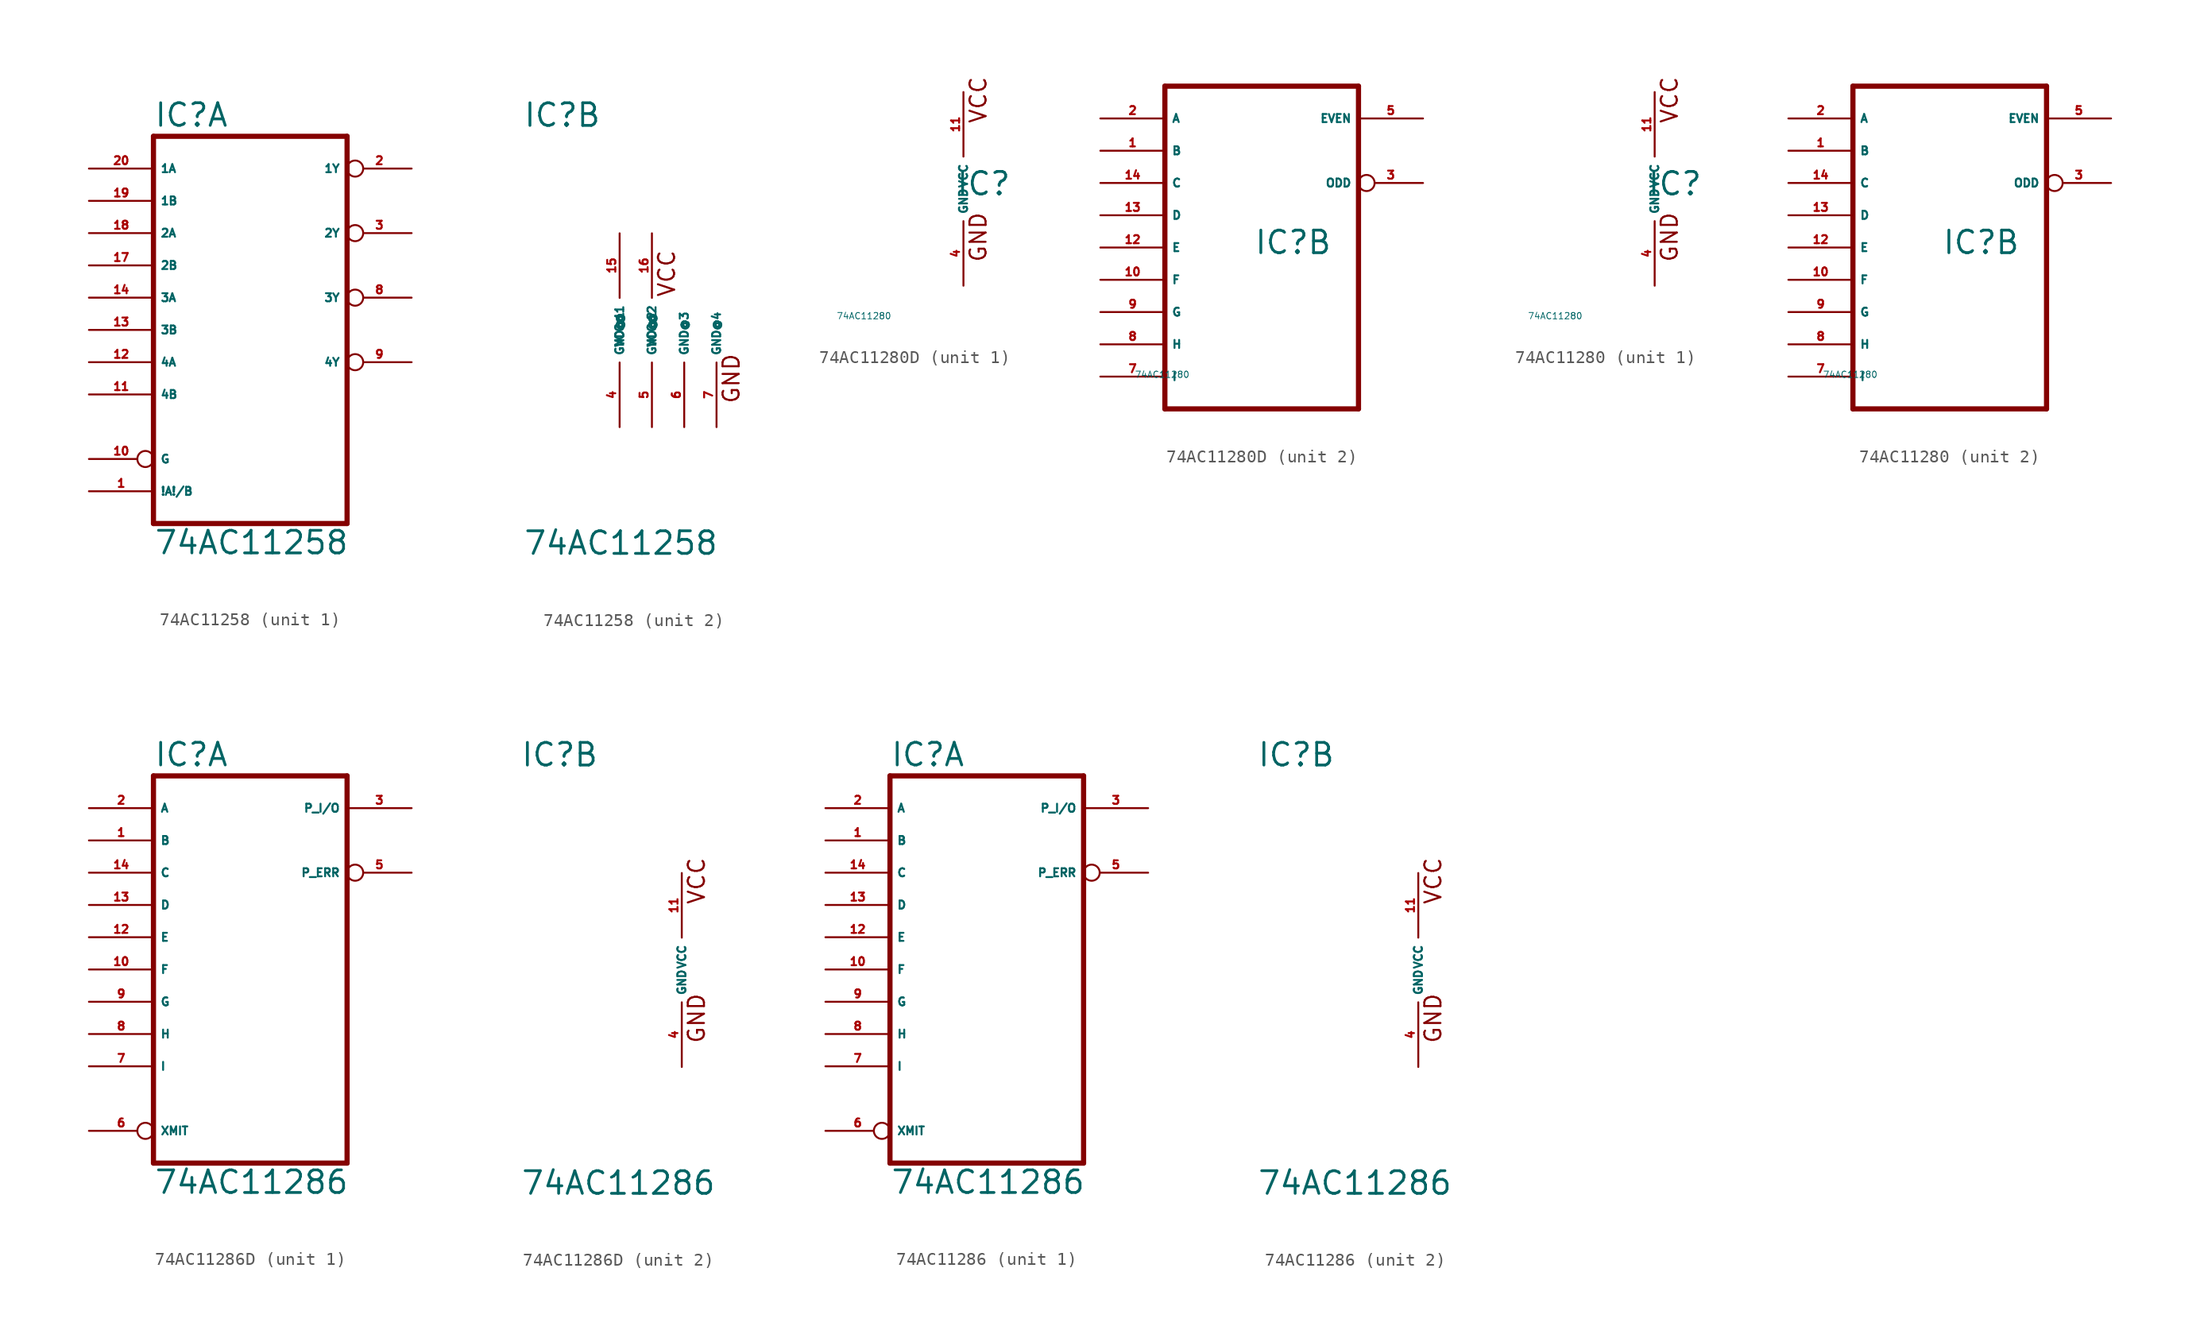
<source format=kicad_sym>
(kicad_symbol_lib
  (version 20220914)
  (generator Eagle2Kicad)
  (symbol "74AC11258"
    (property "Reference" "IC"
      (at -7.62 15.875 0)
      (effects (font (size 1.778 1.778) (thickness 0.22)) (justify left bottom)))
    (property "Value" "74AC11258"
      (at -7.62 -17.78 0)
      (effects (font (size 1.778 1.778) (thickness 0.22)) (justify left bottom)))
    (symbol "74AC11258_1_0"
      (polyline (pts (xy -7.62 -15.24) (xy 7.62 -15.24)) (stroke (width 0.406) (type default)) (fill (type none)))
      (polyline (pts (xy 7.62 -15.24) (xy 7.62 15.24)) (stroke (width 0.406) (type default)) (fill (type none)))
      (polyline (pts (xy 7.62 15.24) (xy -7.62 15.24)) (stroke (width 0.406) (type default)) (fill (type none)))
      (polyline (pts (xy -7.62 15.24) (xy -7.62 -15.24)) (stroke (width 0.406) (type default)) (fill (type none)))
      (pin input line (at -12.7 -12.7 0) (length 5.08) (name "!A!/B" (effects (font (size 0.635 0.635) (thickness 0.08)) (justify left bottom))) (number "1" (effects (font (size 0.635 0.635) (thickness 0.08)) (justify left bottom))))
      (pin tri_state inverted (at 12.7 12.7 180) (length 5.08) (name "1Y" (effects (font (size 0.635 0.635) (thickness 0.08)) (justify left bottom))) (number "2" (effects (font (size 0.635 0.635) (thickness 0.08)) (justify left bottom))))
      (pin tri_state inverted (at 12.7 7.62 180) (length 5.08) (name "2Y" (effects (font (size 0.635 0.635) (thickness 0.08)) (justify left bottom))) (number "3" (effects (font (size 0.635 0.635) (thickness 0.08)) (justify left bottom))))
      (pin tri_state inverted (at 12.7 2.54 180) (length 5.08) (name "3Y" (effects (font (size 0.635 0.635) (thickness 0.08)) (justify left bottom))) (number "8" (effects (font (size 0.635 0.635) (thickness 0.08)) (justify left bottom))))
      (pin tri_state inverted (at 12.7 -2.54 180) (length 5.08) (name "4Y" (effects (font (size 0.635 0.635) (thickness 0.08)) (justify left bottom))) (number "9" (effects (font (size 0.635 0.635) (thickness 0.08)) (justify left bottom))))
      (pin input inverted (at -12.7 -10.16 0) (length 5.08) (name "G" (effects (font (size 0.635 0.635) (thickness 0.08)) (justify left bottom))) (number "10" (effects (font (size 0.635 0.635) (thickness 0.08)) (justify left bottom))))
      (pin input line (at -12.7 -5.08 0) (length 5.08) (name "4B" (effects (font (size 0.635 0.635) (thickness 0.08)) (justify left bottom))) (number "11" (effects (font (size 0.635 0.635) (thickness 0.08)) (justify left bottom))))
      (pin input line (at -12.7 -2.54 0) (length 5.08) (name "4A" (effects (font (size 0.635 0.635) (thickness 0.08)) (justify left bottom))) (number "12" (effects (font (size 0.635 0.635) (thickness 0.08)) (justify left bottom))))
      (pin input line (at -12.7 0 0) (length 5.08) (name "3B" (effects (font (size 0.635 0.635) (thickness 0.08)) (justify left bottom))) (number "13" (effects (font (size 0.635 0.635) (thickness 0.08)) (justify left bottom))))
      (pin input line (at -12.7 2.54 0) (length 5.08) (name "3A" (effects (font (size 0.635 0.635) (thickness 0.08)) (justify left bottom))) (number "14" (effects (font (size 0.635 0.635) (thickness 0.08)) (justify left bottom))))
      (pin input line (at -12.7 5.08 0) (length 5.08) (name "2B" (effects (font (size 0.635 0.635) (thickness 0.08)) (justify left bottom))) (number "17" (effects (font (size 0.635 0.635) (thickness 0.08)) (justify left bottom))))
      (pin input line (at -12.7 7.62 0) (length 5.08) (name "2A" (effects (font (size 0.635 0.635) (thickness 0.08)) (justify left bottom))) (number "18" (effects (font (size 0.635 0.635) (thickness 0.08)) (justify left bottom))))
      (pin input line (at -12.7 10.16 0) (length 5.08) (name "1B" (effects (font (size 0.635 0.635) (thickness 0.08)) (justify left bottom))) (number "19" (effects (font (size 0.635 0.635) (thickness 0.08)) (justify left bottom))))
      (pin input line (at -12.7 12.7 0) (length 5.08) (name "1A" (effects (font (size 0.635 0.635) (thickness 0.08)) (justify left bottom))) (number "20" (effects (font (size 0.635 0.635) (thickness 0.08)) (justify left bottom)))))
    (symbol "74AC11258_2_0"
      (text "VCC" (at 4.445 2.54 900) (effects (font (size 1.27 1.27) (thickness 0.16)) (justify left bottom)))
      (text "GND" (at 9.525 -5.842 900) (effects (font (size 1.27 1.27) (thickness 0.16)) (justify left bottom)))
      (pin unspecified line (at 0 -7.62 90) (length 5.08) (name "GND@1" (effects (font (size 0.635 0.635) (thickness 0.08)) (justify left bottom))) (number "4" (effects (font (size 0.635 0.635) (thickness 0.08)) (justify left bottom))))
      (pin unspecified line (at 2.54 -7.62 90) (length 5.08) (name "GND@2" (effects (font (size 0.635 0.635) (thickness 0.08)) (justify left bottom))) (number "5" (effects (font (size 0.635 0.635) (thickness 0.08)) (justify left bottom))))
      (pin unspecified line (at 5.08 -7.62 90) (length 5.08) (name "GND@3" (effects (font (size 0.635 0.635) (thickness 0.08)) (justify left bottom))) (number "6" (effects (font (size 0.635 0.635) (thickness 0.08)) (justify left bottom))))
      (pin unspecified line (at 7.62 -7.62 90) (length 5.08) (name "GND@4" (effects (font (size 0.635 0.635) (thickness 0.08)) (justify left bottom))) (number "7" (effects (font (size 0.635 0.635) (thickness 0.08)) (justify left bottom))))
      (pin unspecified line (at 0 7.62 270) (length 5.08) (name "VCC@1" (effects (font (size 0.635 0.635) (thickness 0.08)) (justify left bottom))) (number "15" (effects (font (size 0.635 0.635) (thickness 0.08)) (justify left bottom))))
      (pin unspecified line (at 2.54 7.62 270) (length 5.08) (name "VCC@2" (effects (font (size 0.635 0.635) (thickness 0.08)) (justify left bottom))) (number "16" (effects (font (size 0.635 0.635) (thickness 0.08)) (justify left bottom))))))
  (symbol "74AC11280D"
    (property "Reference" "IC"
      (at -0.635 -0.635 0)
      (effects (font (size 1.778 1.778) (thickness 0.22)) (justify left bottom)))
    (property "Value" "74AC11280"
      (at -10 -10 0)
      (effects (font (size 0.5 0.5) (thickness 0.06)) (justify left)))
    (symbol "74AC11280D_1_0"
      (text "GND" (at 1.905 -5.842 900) (effects (font (size 1.27 1.27) (thickness 0.16)) (justify left bottom)))
      (text "VCC" (at 1.905 5.08 900) (effects (font (size 1.27 1.27) (thickness 0.16)) (justify left bottom)))
      (pin unspecified line (at 0 -7.62 90) (length 5.08) (name "GND" (effects (font (size 0.635 0.635) (thickness 0.08)) (justify left bottom))) (number "4" (effects (font (size 0.635 0.635) (thickness 0.08)) (justify left bottom))))
      (pin unspecified line (at 0 7.62 270) (length 5.08) (name "VCC" (effects (font (size 0.635 0.635) (thickness 0.08)) (justify left bottom))) (number "11" (effects (font (size 0.635 0.635) (thickness 0.08)) (justify left bottom)))))
    (symbol "74AC11280D_2_0"
      (polyline (pts (xy -7.62 -12.7) (xy 7.62 -12.7)) (stroke (width 0.406) (type default)) (fill (type none)))
      (polyline (pts (xy 7.62 -12.7) (xy 7.62 12.7)) (stroke (width 0.406) (type default)) (fill (type none)))
      (polyline (pts (xy 7.62 12.7) (xy -7.62 12.7)) (stroke (width 0.406) (type default)) (fill (type none)))
      (polyline (pts (xy -7.62 12.7) (xy -7.62 -12.7)) (stroke (width 0.406) (type default)) (fill (type none)))
      (pin input line (at -12.7 10.16 0) (length 5.08) (name "A" (effects (font (size 0.635 0.635) (thickness 0.08)) (justify left bottom))) (number "2" (effects (font (size 0.635 0.635) (thickness 0.08)) (justify left bottom))))
      (pin output inverted (at 12.7 5.08 180) (length 5.08) (name "ODD" (effects (font (size 0.635 0.635) (thickness 0.08)) (justify left bottom))) (number "3" (effects (font (size 0.635 0.635) (thickness 0.08)) (justify left bottom))))
      (pin output line (at 12.7 10.16 180) (length 5.08) (name "EVEN" (effects (font (size 0.635 0.635) (thickness 0.08)) (justify left bottom))) (number "5" (effects (font (size 0.635 0.635) (thickness 0.08)) (justify left bottom))))
      (pin input line (at -12.7 -10.16 0) (length 5.08) (name "I" (effects (font (size 0.635 0.635) (thickness 0.08)) (justify left bottom))) (number "7" (effects (font (size 0.635 0.635) (thickness 0.08)) (justify left bottom))))
      (pin input line (at -12.7 -7.62 0) (length 5.08) (name "H" (effects (font (size 0.635 0.635) (thickness 0.08)) (justify left bottom))) (number "8" (effects (font (size 0.635 0.635) (thickness 0.08)) (justify left bottom))))
      (pin input line (at -12.7 -5.08 0) (length 5.08) (name "G" (effects (font (size 0.635 0.635) (thickness 0.08)) (justify left bottom))) (number "9" (effects (font (size 0.635 0.635) (thickness 0.08)) (justify left bottom))))
      (pin input line (at -12.7 -2.54 0) (length 5.08) (name "F" (effects (font (size 0.635 0.635) (thickness 0.08)) (justify left bottom))) (number "10" (effects (font (size 0.635 0.635) (thickness 0.08)) (justify left bottom))))
      (pin input line (at -12.7 0 0) (length 5.08) (name "E" (effects (font (size 0.635 0.635) (thickness 0.08)) (justify left bottom))) (number "12" (effects (font (size 0.635 0.635) (thickness 0.08)) (justify left bottom))))
      (pin input line (at -12.7 2.54 0) (length 5.08) (name "D" (effects (font (size 0.635 0.635) (thickness 0.08)) (justify left bottom))) (number "13" (effects (font (size 0.635 0.635) (thickness 0.08)) (justify left bottom))))
      (pin input line (at -12.7 5.08 0) (length 5.08) (name "C" (effects (font (size 0.635 0.635) (thickness 0.08)) (justify left bottom))) (number "14" (effects (font (size 0.635 0.635) (thickness 0.08)) (justify left bottom))))
      (pin input line (at -12.7 7.62 0) (length 5.08) (name "B" (effects (font (size 0.635 0.635) (thickness 0.08)) (justify left bottom))) (number "1" (effects (font (size 0.635 0.635) (thickness 0.08)) (justify left bottom))))))
  (symbol "74AC11280"
    (property "Reference" "IC"
      (at -0.635 -0.635 0)
      (effects (font (size 1.778 1.778) (thickness 0.22)) (justify left bottom)))
    (property "Value" "74AC11280"
      (at -10 -10 0)
      (effects (font (size 0.5 0.5) (thickness 0.06)) (justify left)))
    (symbol "74AC11280_1_0"
      (text "GND" (at 1.905 -5.842 900) (effects (font (size 1.27 1.27) (thickness 0.16)) (justify left bottom)))
      (text "VCC" (at 1.905 5.08 900) (effects (font (size 1.27 1.27) (thickness 0.16)) (justify left bottom)))
      (pin unspecified line (at 0 -7.62 90) (length 5.08) (name "GND" (effects (font (size 0.635 0.635) (thickness 0.08)) (justify left bottom))) (number "4" (effects (font (size 0.635 0.635) (thickness 0.08)) (justify left bottom))))
      (pin unspecified line (at 0 7.62 270) (length 5.08) (name "VCC" (effects (font (size 0.635 0.635) (thickness 0.08)) (justify left bottom))) (number "11" (effects (font (size 0.635 0.635) (thickness 0.08)) (justify left bottom)))))
    (symbol "74AC11280_2_0"
      (polyline (pts (xy -7.62 -12.7) (xy 7.62 -12.7)) (stroke (width 0.406) (type default)) (fill (type none)))
      (polyline (pts (xy 7.62 -12.7) (xy 7.62 12.7)) (stroke (width 0.406) (type default)) (fill (type none)))
      (polyline (pts (xy 7.62 12.7) (xy -7.62 12.7)) (stroke (width 0.406) (type default)) (fill (type none)))
      (polyline (pts (xy -7.62 12.7) (xy -7.62 -12.7)) (stroke (width 0.406) (type default)) (fill (type none)))
      (pin input line (at -12.7 10.16 0) (length 5.08) (name "A" (effects (font (size 0.635 0.635) (thickness 0.08)) (justify left bottom))) (number "2" (effects (font (size 0.635 0.635) (thickness 0.08)) (justify left bottom))))
      (pin output inverted (at 12.7 5.08 180) (length 5.08) (name "ODD" (effects (font (size 0.635 0.635) (thickness 0.08)) (justify left bottom))) (number "3" (effects (font (size 0.635 0.635) (thickness 0.08)) (justify left bottom))))
      (pin output line (at 12.7 10.16 180) (length 5.08) (name "EVEN" (effects (font (size 0.635 0.635) (thickness 0.08)) (justify left bottom))) (number "5" (effects (font (size 0.635 0.635) (thickness 0.08)) (justify left bottom))))
      (pin input line (at -12.7 -10.16 0) (length 5.08) (name "I" (effects (font (size 0.635 0.635) (thickness 0.08)) (justify left bottom))) (number "7" (effects (font (size 0.635 0.635) (thickness 0.08)) (justify left bottom))))
      (pin input line (at -12.7 -7.62 0) (length 5.08) (name "H" (effects (font (size 0.635 0.635) (thickness 0.08)) (justify left bottom))) (number "8" (effects (font (size 0.635 0.635) (thickness 0.08)) (justify left bottom))))
      (pin input line (at -12.7 -5.08 0) (length 5.08) (name "G" (effects (font (size 0.635 0.635) (thickness 0.08)) (justify left bottom))) (number "9" (effects (font (size 0.635 0.635) (thickness 0.08)) (justify left bottom))))
      (pin input line (at -12.7 -2.54 0) (length 5.08) (name "F" (effects (font (size 0.635 0.635) (thickness 0.08)) (justify left bottom))) (number "10" (effects (font (size 0.635 0.635) (thickness 0.08)) (justify left bottom))))
      (pin input line (at -12.7 0 0) (length 5.08) (name "E" (effects (font (size 0.635 0.635) (thickness 0.08)) (justify left bottom))) (number "12" (effects (font (size 0.635 0.635) (thickness 0.08)) (justify left bottom))))
      (pin input line (at -12.7 2.54 0) (length 5.08) (name "D" (effects (font (size 0.635 0.635) (thickness 0.08)) (justify left bottom))) (number "13" (effects (font (size 0.635 0.635) (thickness 0.08)) (justify left bottom))))
      (pin input line (at -12.7 5.08 0) (length 5.08) (name "C" (effects (font (size 0.635 0.635) (thickness 0.08)) (justify left bottom))) (number "14" (effects (font (size 0.635 0.635) (thickness 0.08)) (justify left bottom))))
      (pin input line (at -12.7 7.62 0) (length 5.08) (name "B" (effects (font (size 0.635 0.635) (thickness 0.08)) (justify left bottom))) (number "1" (effects (font (size 0.635 0.635) (thickness 0.08)) (justify left bottom))))))
  (symbol "74AC11286D"
    (property "Reference" "IC"
      (at -12.7 15.875 0)
      (effects (font (size 1.778 1.778) (thickness 0.22)) (justify left bottom)))
    (property "Value" "74AC11286"
      (at -12.7 -17.78 0)
      (effects (font (size 1.778 1.778) (thickness 0.22)) (justify left bottom)))
    (symbol "74AC11286D_1_0"
      (polyline (pts (xy -12.7 -15.24) (xy 2.54 -15.24)) (stroke (width 0.406) (type default)) (fill (type none)))
      (polyline (pts (xy 2.54 -15.24) (xy 2.54 15.24)) (stroke (width 0.406) (type default)) (fill (type none)))
      (polyline (pts (xy 2.54 15.24) (xy -12.7 15.24)) (stroke (width 0.406) (type default)) (fill (type none)))
      (polyline (pts (xy -12.7 15.24) (xy -12.7 -15.24)) (stroke (width 0.406) (type default)) (fill (type none)))
      (pin input line (at -17.78 12.7 0) (length 5.08) (name "A" (effects (font (size 0.635 0.635) (thickness 0.08)) (justify left bottom))) (number "2" (effects (font (size 0.635 0.635) (thickness 0.08)) (justify left bottom))))
      (pin bidirectional line (at 7.62 12.7 180) (length 5.08) (name "P_I/O" (effects (font (size 0.635 0.635) (thickness 0.08)) (justify left bottom))) (number "3" (effects (font (size 0.635 0.635) (thickness 0.08)) (justify left bottom))))
      (pin output inverted (at 7.62 7.62 180) (length 5.08) (name "P_ERR" (effects (font (size 0.635 0.635) (thickness 0.08)) (justify left bottom))) (number "5" (effects (font (size 0.635 0.635) (thickness 0.08)) (justify left bottom))))
      (pin input inverted (at -17.78 -12.7 0) (length 5.08) (name "XMIT" (effects (font (size 0.635 0.635) (thickness 0.08)) (justify left bottom))) (number "6" (effects (font (size 0.635 0.635) (thickness 0.08)) (justify left bottom))))
      (pin input line (at -17.78 -7.62 0) (length 5.08) (name "I" (effects (font (size 0.635 0.635) (thickness 0.08)) (justify left bottom))) (number "7" (effects (font (size 0.635 0.635) (thickness 0.08)) (justify left bottom))))
      (pin input line (at -17.78 -5.08 0) (length 5.08) (name "H" (effects (font (size 0.635 0.635) (thickness 0.08)) (justify left bottom))) (number "8" (effects (font (size 0.635 0.635) (thickness 0.08)) (justify left bottom))))
      (pin input line (at -17.78 -2.54 0) (length 5.08) (name "G" (effects (font (size 0.635 0.635) (thickness 0.08)) (justify left bottom))) (number "9" (effects (font (size 0.635 0.635) (thickness 0.08)) (justify left bottom))))
      (pin input line (at -17.78 0 0) (length 5.08) (name "F" (effects (font (size 0.635 0.635) (thickness 0.08)) (justify left bottom))) (number "10" (effects (font (size 0.635 0.635) (thickness 0.08)) (justify left bottom))))
      (pin input line (at -17.78 2.54 0) (length 5.08) (name "E" (effects (font (size 0.635 0.635) (thickness 0.08)) (justify left bottom))) (number "12" (effects (font (size 0.635 0.635) (thickness 0.08)) (justify left bottom))))
      (pin input line (at -17.78 5.08 0) (length 5.08) (name "D" (effects (font (size 0.635 0.635) (thickness 0.08)) (justify left bottom))) (number "13" (effects (font (size 0.635 0.635) (thickness 0.08)) (justify left bottom))))
      (pin input line (at -17.78 7.62 0) (length 5.08) (name "C" (effects (font (size 0.635 0.635) (thickness 0.08)) (justify left bottom))) (number "14" (effects (font (size 0.635 0.635) (thickness 0.08)) (justify left bottom))))
      (pin input line (at -17.78 10.16 0) (length 5.08) (name "B" (effects (font (size 0.635 0.635) (thickness 0.08)) (justify left bottom))) (number "1" (effects (font (size 0.635 0.635) (thickness 0.08)) (justify left bottom)))))
    (symbol "74AC11286D_2_0"
      (text "GND" (at 1.905 -5.842 900) (effects (font (size 1.27 1.27) (thickness 0.16)) (justify left bottom)))
      (text "VCC" (at 1.905 5.08 900) (effects (font (size 1.27 1.27) (thickness 0.16)) (justify left bottom)))
      (pin unspecified line (at 0 -7.62 90) (length 5.08) (name "GND" (effects (font (size 0.635 0.635) (thickness 0.08)) (justify left bottom))) (number "4" (effects (font (size 0.635 0.635) (thickness 0.08)) (justify left bottom))))
      (pin unspecified line (at 0 7.62 270) (length 5.08) (name "VCC" (effects (font (size 0.635 0.635) (thickness 0.08)) (justify left bottom))) (number "11" (effects (font (size 0.635 0.635) (thickness 0.08)) (justify left bottom))))))
  (symbol "74AC11286"
    (property "Reference" "IC"
      (at -12.7 15.875 0)
      (effects (font (size 1.778 1.778) (thickness 0.22)) (justify left bottom)))
    (property "Value" "74AC11286"
      (at -12.7 -17.78 0)
      (effects (font (size 1.778 1.778) (thickness 0.22)) (justify left bottom)))
    (symbol "74AC11286_1_0"
      (polyline (pts (xy -12.7 -15.24) (xy 2.54 -15.24)) (stroke (width 0.406) (type default)) (fill (type none)))
      (polyline (pts (xy 2.54 -15.24) (xy 2.54 15.24)) (stroke (width 0.406) (type default)) (fill (type none)))
      (polyline (pts (xy 2.54 15.24) (xy -12.7 15.24)) (stroke (width 0.406) (type default)) (fill (type none)))
      (polyline (pts (xy -12.7 15.24) (xy -12.7 -15.24)) (stroke (width 0.406) (type default)) (fill (type none)))
      (pin input line (at -17.78 12.7 0) (length 5.08) (name "A" (effects (font (size 0.635 0.635) (thickness 0.08)) (justify left bottom))) (number "2" (effects (font (size 0.635 0.635) (thickness 0.08)) (justify left bottom))))
      (pin bidirectional line (at 7.62 12.7 180) (length 5.08) (name "P_I/O" (effects (font (size 0.635 0.635) (thickness 0.08)) (justify left bottom))) (number "3" (effects (font (size 0.635 0.635) (thickness 0.08)) (justify left bottom))))
      (pin output inverted (at 7.62 7.62 180) (length 5.08) (name "P_ERR" (effects (font (size 0.635 0.635) (thickness 0.08)) (justify left bottom))) (number "5" (effects (font (size 0.635 0.635) (thickness 0.08)) (justify left bottom))))
      (pin input inverted (at -17.78 -12.7 0) (length 5.08) (name "XMIT" (effects (font (size 0.635 0.635) (thickness 0.08)) (justify left bottom))) (number "6" (effects (font (size 0.635 0.635) (thickness 0.08)) (justify left bottom))))
      (pin input line (at -17.78 -7.62 0) (length 5.08) (name "I" (effects (font (size 0.635 0.635) (thickness 0.08)) (justify left bottom))) (number "7" (effects (font (size 0.635 0.635) (thickness 0.08)) (justify left bottom))))
      (pin input line (at -17.78 -5.08 0) (length 5.08) (name "H" (effects (font (size 0.635 0.635) (thickness 0.08)) (justify left bottom))) (number "8" (effects (font (size 0.635 0.635) (thickness 0.08)) (justify left bottom))))
      (pin input line (at -17.78 -2.54 0) (length 5.08) (name "G" (effects (font (size 0.635 0.635) (thickness 0.08)) (justify left bottom))) (number "9" (effects (font (size 0.635 0.635) (thickness 0.08)) (justify left bottom))))
      (pin input line (at -17.78 0 0) (length 5.08) (name "F" (effects (font (size 0.635 0.635) (thickness 0.08)) (justify left bottom))) (number "10" (effects (font (size 0.635 0.635) (thickness 0.08)) (justify left bottom))))
      (pin input line (at -17.78 2.54 0) (length 5.08) (name "E" (effects (font (size 0.635 0.635) (thickness 0.08)) (justify left bottom))) (number "12" (effects (font (size 0.635 0.635) (thickness 0.08)) (justify left bottom))))
      (pin input line (at -17.78 5.08 0) (length 5.08) (name "D" (effects (font (size 0.635 0.635) (thickness 0.08)) (justify left bottom))) (number "13" (effects (font (size 0.635 0.635) (thickness 0.08)) (justify left bottom))))
      (pin input line (at -17.78 7.62 0) (length 5.08) (name "C" (effects (font (size 0.635 0.635) (thickness 0.08)) (justify left bottom))) (number "14" (effects (font (size 0.635 0.635) (thickness 0.08)) (justify left bottom))))
      (pin input line (at -17.78 10.16 0) (length 5.08) (name "B" (effects (font (size 0.635 0.635) (thickness 0.08)) (justify left bottom))) (number "1" (effects (font (size 0.635 0.635) (thickness 0.08)) (justify left bottom)))))
    (symbol "74AC11286_2_0"
      (text "GND" (at 1.905 -5.842 900) (effects (font (size 1.27 1.27) (thickness 0.16)) (justify left bottom)))
      (text "VCC" (at 1.905 5.08 900) (effects (font (size 1.27 1.27) (thickness 0.16)) (justify left bottom)))
      (pin unspecified line (at 0 -7.62 90) (length 5.08) (name "GND" (effects (font (size 0.635 0.635) (thickness 0.08)) (justify left bottom))) (number "4" (effects (font (size 0.635 0.635) (thickness 0.08)) (justify left bottom))))
      (pin unspecified line (at 0 7.62 270) (length 5.08) (name "VCC" (effects (font (size 0.635 0.635) (thickness 0.08)) (justify left bottom))) (number "11" (effects (font (size 0.635 0.635) (thickness 0.08)) (justify left bottom)))))))
</source>
